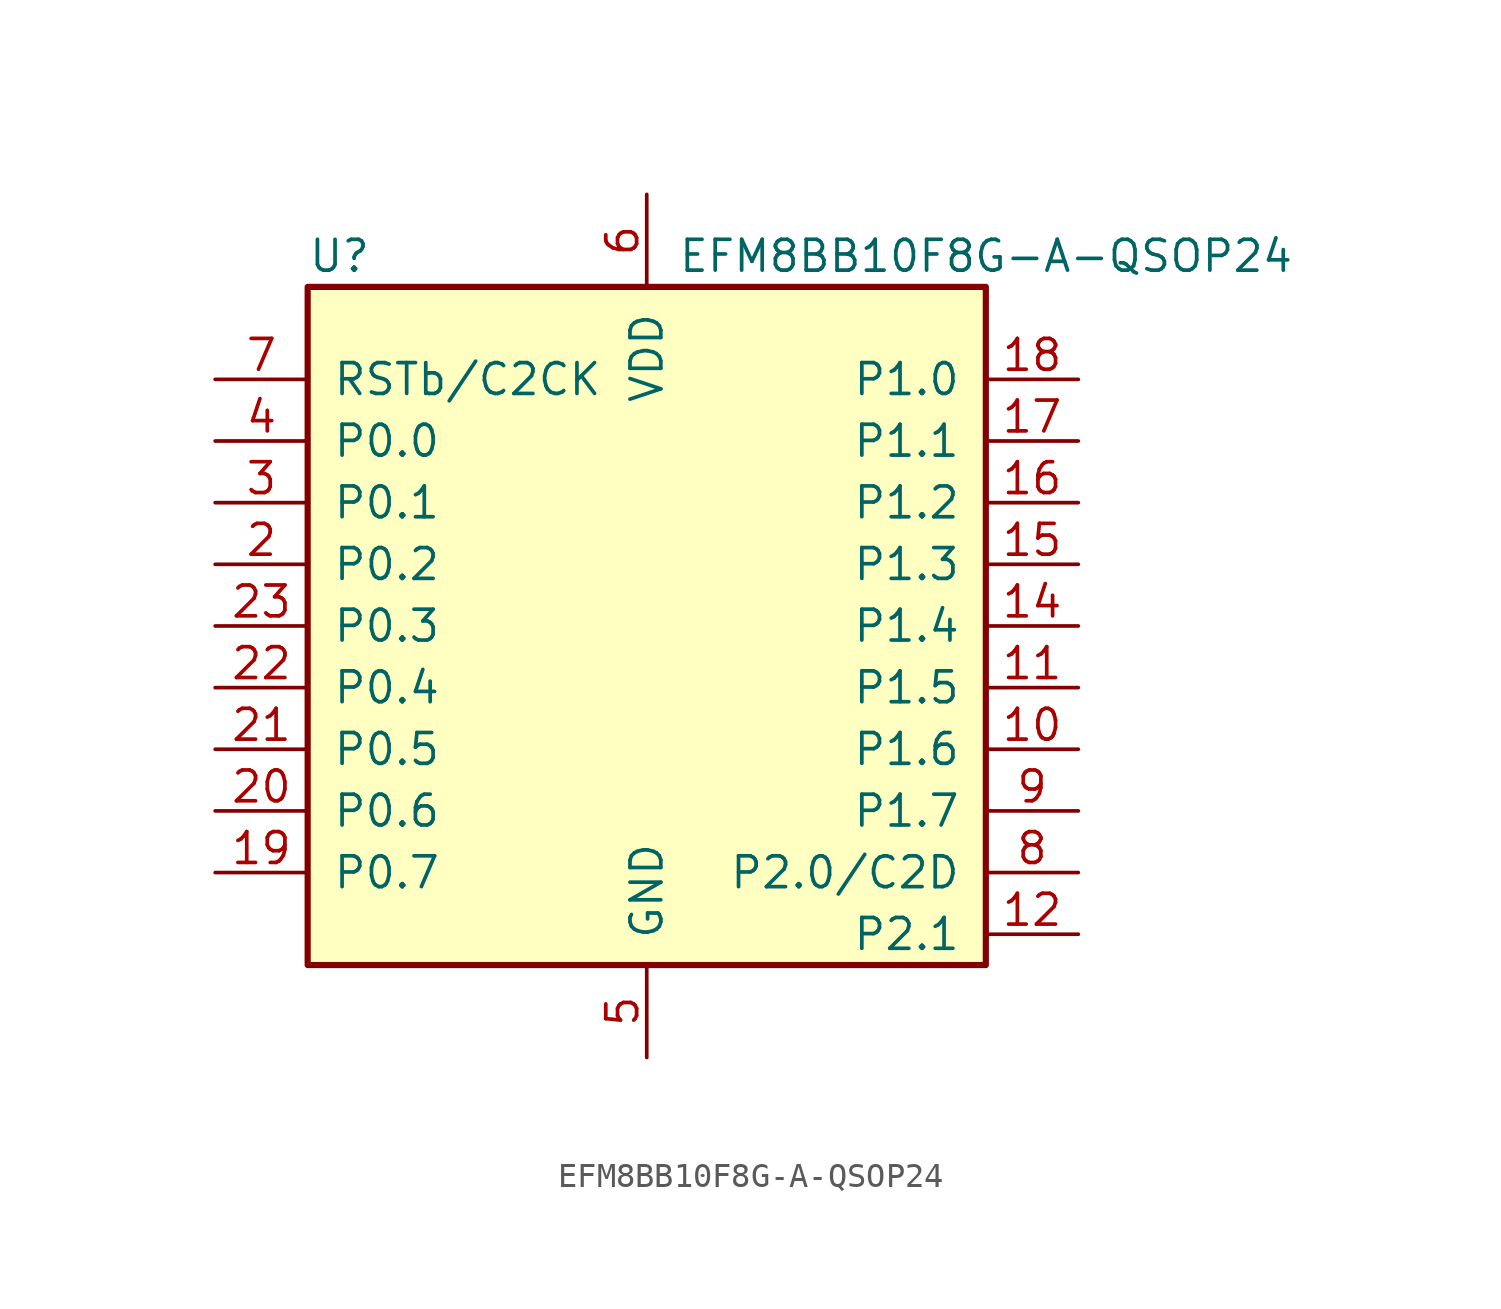
<source format=kicad_sym>
(kicad_symbol_lib
  (version 20200908)
  (generator kicad_symbol_editor)
  (symbol "MCU_SiliconLabs:EFM8BB10F8G-A-QSOP24"
    (pin_names
      (offset 1.016))
    (property "Reference" "U"
      (at -13.97 15.24 0)
      (effects (font (size 1.27 1.27)) (justify left)))
    (property "Value" "EFM8BB10F8G-A-QSOP24"
      (at 1.27 15.24 0)
      (effects (font (size 1.27 1.27)) (justify left)))
    (symbol "EFM8BB10F8G-A-QSOP24_0_1"
      (rectangle (start -13.97 13.97) (end 13.97 -13.97) (stroke (width 0.254)) (fill (type background)))
      (pin unconnected line (at 0 2.54 0) (length 3.81) hide (name "NC" (effects (font (size 1.27 1.27)))) (number "1" (effects (font (size 1.27 1.27)))))
      (pin bidirectional line (at 17.78 -5.08 180) (length 3.81) (name "P1.6" (effects (font (size 1.27 1.27)))) (number "10" (effects (font (size 1.27 1.27)))))
      (pin bidirectional line (at 17.78 -2.54 180) (length 3.81) (name "P1.5" (effects (font (size 1.27 1.27)))) (number "11" (effects (font (size 1.27 1.27)))))
      (pin bidirectional line (at 17.78 -12.7 180) (length 3.81) (name "P2.1" (effects (font (size 1.27 1.27)))) (number "12" (effects (font (size 1.27 1.27)))))
      (pin unconnected line (at 0 0 0) (length 3.81) hide (name "NC" (effects (font (size 1.27 1.27)))) (number "13" (effects (font (size 1.27 1.27)))))
      (pin bidirectional line (at 17.78 0 180) (length 3.81) (name "P1.4" (effects (font (size 1.27 1.27)))) (number "14" (effects (font (size 1.27 1.27)))))
      (pin bidirectional line (at 17.78 2.54 180) (length 3.81) (name "P1.3" (effects (font (size 1.27 1.27)))) (number "15" (effects (font (size 1.27 1.27)))))
      (pin bidirectional line (at 17.78 5.08 180) (length 3.81) (name "P1.2" (effects (font (size 1.27 1.27)))) (number "16" (effects (font (size 1.27 1.27)))))
      (pin bidirectional line (at 17.78 7.62 180) (length 3.81) (name "P1.1" (effects (font (size 1.27 1.27)))) (number "17" (effects (font (size 1.27 1.27)))))
      (pin bidirectional line (at 17.78 10.16 180) (length 3.81) (name "P1.0" (effects (font (size 1.27 1.27)))) (number "18" (effects (font (size 1.27 1.27)))))
      (pin bidirectional line (at -17.78 -10.16 0) (length 3.81) (name "P0.7" (effects (font (size 1.27 1.27)))) (number "19" (effects (font (size 1.27 1.27)))))
      (pin bidirectional line (at -17.78 2.54 0) (length 3.81) (name "P0.2" (effects (font (size 1.27 1.27)))) (number "2" (effects (font (size 1.27 1.27)))))
      (pin bidirectional line (at -17.78 -7.62 0) (length 3.81) (name "P0.6" (effects (font (size 1.27 1.27)))) (number "20" (effects (font (size 1.27 1.27)))))
      (pin bidirectional line (at -17.78 -5.08 0) (length 3.81) (name "P0.5" (effects (font (size 1.27 1.27)))) (number "21" (effects (font (size 1.27 1.27)))))
      (pin bidirectional line (at -17.78 -2.54 0) (length 3.81) (name "P0.4" (effects (font (size 1.27 1.27)))) (number "22" (effects (font (size 1.27 1.27)))))
      (pin bidirectional line (at -17.78 0 0) (length 3.81) (name "P0.3" (effects (font (size 1.27 1.27)))) (number "23" (effects (font (size 1.27 1.27)))))
      (pin unconnected line (at 0 -2.54 0) (length 3.81) hide (name "NC" (effects (font (size 1.27 1.27)))) (number "24" (effects (font (size 1.27 1.27)))))
      (pin bidirectional line (at -17.78 5.08 0) (length 3.81) (name "P0.1" (effects (font (size 1.27 1.27)))) (number "3" (effects (font (size 1.27 1.27)))))
      (pin bidirectional line (at -17.78 7.62 0) (length 3.81) (name "P0.0" (effects (font (size 1.27 1.27)))) (number "4" (effects (font (size 1.27 1.27)))))
      (pin power_in line (at 0 -17.78 90) (length 3.81) (name "GND" (effects (font (size 1.27 1.27)))) (number "5" (effects (font (size 1.27 1.27)))))
      (pin power_in line (at 0 17.78 270) (length 3.81) (name "VDD" (effects (font (size 1.27 1.27)))) (number "6" (effects (font (size 1.27 1.27)))))
      (pin input line (at -17.78 10.16 0) (length 3.81) (name "RSTb/C2CK" (effects (font (size 1.27 1.27)))) (number "7" (effects (font (size 1.27 1.27)))))
      (pin bidirectional line (at 17.78 -10.16 180) (length 3.81) (name "P2.0/C2D" (effects (font (size 1.27 1.27)))) (number "8" (effects (font (size 1.27 1.27)))))
      (pin bidirectional line (at 17.78 -7.62 180) (length 3.81) (name "P1.7" (effects (font (size 1.27 1.27)))) (number "9" (effects (font (size 1.27 1.27))))))))
</source>
